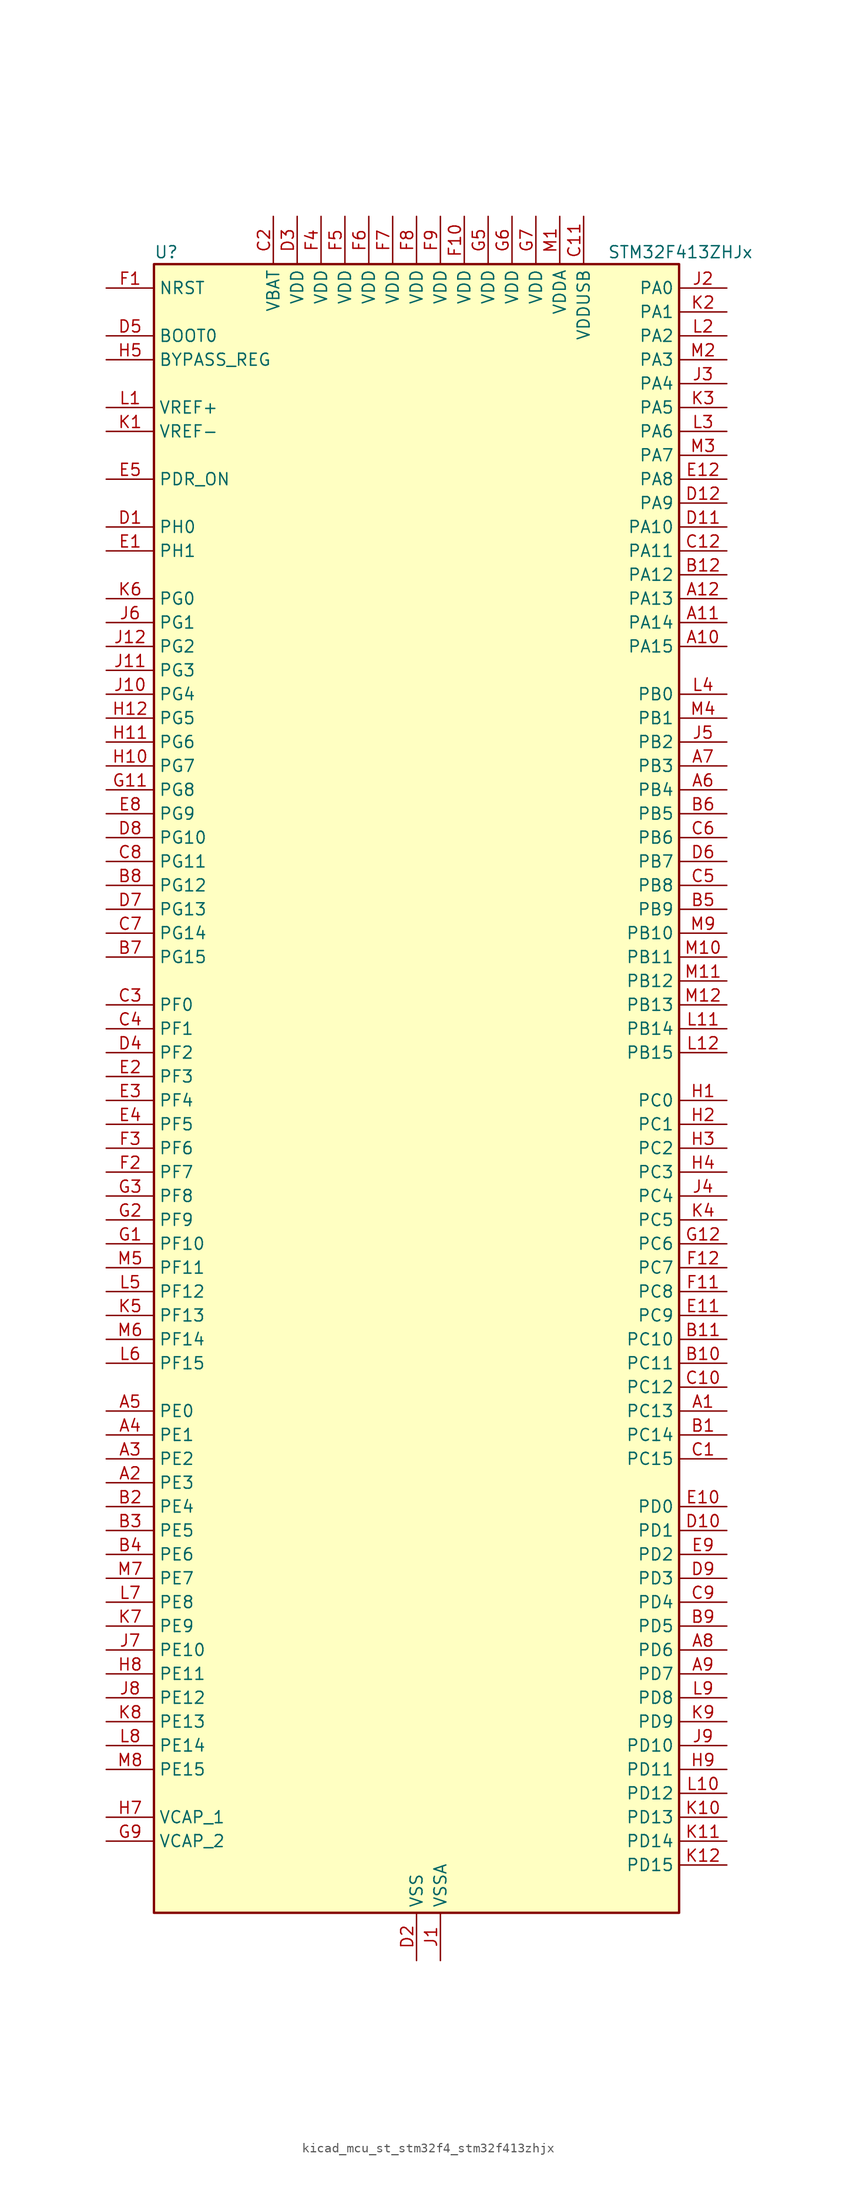
<source format=kicad_sym>
(kicad_symbol_lib
  (version 20220914)
  (generator kicad_symbol_editor)
  (symbol "kicad_mcu_st_stm32f4_stm32f413zhjx"
    (property "Reference" "U"
      (at -27.94 90.17 0)
      (effects (font (size 1.27 1.27)) (justify left)))
    (property "Value" "STM32F413ZHJx"
      (at 20.32 90.17 0)
      (effects (font (size 1.27 1.27)) (justify left)))
    (property "ki_locked" ""
      (at 0 0 0)
      (effects (font (size 1.27 1.27))))
    (symbol "kicad_mcu_st_stm32f4_stm32f413zhjx_0_1"
      (rectangle (start -27.94 -86.36) (end 27.94 88.9) (stroke (width 0.254) (type default)) (fill (type background))))
    (symbol "kicad_mcu_st_stm32f4_stm32f413zhjx_1_1"
      (pin bidirectional line (at 33.02 -33.02 180) (length 5.08) (name "PC13" (effects (font (size 1.27 1.27)))) (number "A1" (effects (font (size 1.27 1.27)))) (alternate "RTC_AF1" bidirectional line))
      (pin bidirectional line (at 33.02 48.26 180) (length 5.08) (name "PA15" (effects (font (size 1.27 1.27)))) (number "A10" (effects (font (size 1.27 1.27)))) (alternate "ADC1_EXTI15" bidirectional line) (alternate "CAN3_TX" bidirectional line) (alternate "I2S1_WS" bidirectional line) (alternate "I2S3_WS" bidirectional line) (alternate "SAI1_MCLK_A" bidirectional line) (alternate "SPI1_NSS" bidirectional line) (alternate "SPI3_NSS" bidirectional line) (alternate "SYS_JTDI" bidirectional line) (alternate "TIM2_CH1" bidirectional line) (alternate "TIM2_ETR" bidirectional line) (alternate "UART7_TX" bidirectional line) (alternate "USART1_TX" bidirectional line))
      (pin bidirectional line (at 33.02 50.8 180) (length 5.08) (name "PA14" (effects (font (size 1.27 1.27)))) (number "A11" (effects (font (size 1.27 1.27)))) (alternate "SYS_JTCK-SWCLK" bidirectional line))
      (pin bidirectional line (at 33.02 53.34 180) (length 5.08) (name "PA13" (effects (font (size 1.27 1.27)))) (number "A12" (effects (font (size 1.27 1.27)))) (alternate "SYS_JTMS-SWDIO" bidirectional line))
      (pin bidirectional line (at -33.02 -40.64 0) (length 5.08) (name "PE3" (effects (font (size 1.27 1.27)))) (number "A2" (effects (font (size 1.27 1.27)))) (alternate "FSMC_A19" bidirectional line) (alternate "SAI1_SD_B" bidirectional line) (alternate "SYS_TRACED0" bidirectional line) (alternate "UART10_TX" bidirectional line))
      (pin bidirectional line (at -33.02 -38.1 0) (length 5.08) (name "PE2" (effects (font (size 1.27 1.27)))) (number "A3" (effects (font (size 1.27 1.27)))) (alternate "FSMC_A23" bidirectional line) (alternate "I2S4_CK" bidirectional line) (alternate "I2S5_CK" bidirectional line) (alternate "QUADSPI_BK1_IO2" bidirectional line) (alternate "SAI1_MCLK_A" bidirectional line) (alternate "SPI4_SCK" bidirectional line) (alternate "SPI5_SCK" bidirectional line) (alternate "SYS_TRACECLK" bidirectional line) (alternate "UART10_RX" bidirectional line))
      (pin bidirectional line (at -33.02 -35.56 0) (length 5.08) (name "PE1" (effects (font (size 1.27 1.27)))) (number "A4" (effects (font (size 1.27 1.27)))) (alternate "DFSDM2_DATIN4" bidirectional line) (alternate "FSMC_NBL1" bidirectional line) (alternate "UART8_TX" bidirectional line))
      (pin bidirectional line (at -33.02 -33.02 0) (length 5.08) (name "PE0" (effects (font (size 1.27 1.27)))) (number "A5" (effects (font (size 1.27 1.27)))) (alternate "DFSDM2_CKIN4" bidirectional line) (alternate "FSMC_NBL0" bidirectional line) (alternate "TIM4_ETR" bidirectional line) (alternate "UART8_RX" bidirectional line))
      (pin bidirectional line (at 33.02 33.02 180) (length 5.08) (name "PB4" (effects (font (size 1.27 1.27)))) (number "A6" (effects (font (size 1.27 1.27)))) (alternate "CAN3_TX" bidirectional line) (alternate "I2C3_SDA" bidirectional line) (alternate "I2S3_ext_SD" bidirectional line) (alternate "SAI1_SCK_A" bidirectional line) (alternate "SDIO_D0" bidirectional line) (alternate "SPI1_MISO" bidirectional line) (alternate "SPI3_MISO" bidirectional line) (alternate "SYS_JTRST" bidirectional line) (alternate "TIM3_CH1" bidirectional line) (alternate "UART7_TX" bidirectional line))
      (pin bidirectional line (at 33.02 35.56 180) (length 5.08) (name "PB3" (effects (font (size 1.27 1.27)))) (number "A7" (effects (font (size 1.27 1.27)))) (alternate "CAN3_RX" bidirectional line) (alternate "FMPI2C1_SDA" bidirectional line) (alternate "I2C2_SDA" bidirectional line) (alternate "I2S1_CK" bidirectional line) (alternate "I2S3_CK" bidirectional line) (alternate "SAI1_SD_A" bidirectional line) (alternate "SPI1_SCK" bidirectional line) (alternate "SPI3_SCK" bidirectional line) (alternate "SYS_JTDO-SWO" bidirectional line) (alternate "TIM2_CH2" bidirectional line) (alternate "UART7_RX" bidirectional line) (alternate "USART1_RX" bidirectional line))
      (pin bidirectional line (at 33.02 -58.42 180) (length 5.08) (name "PD6" (effects (font (size 1.27 1.27)))) (number "A8" (effects (font (size 1.27 1.27)))) (alternate "DFSDM1_DATIN1" bidirectional line) (alternate "FSMC_NWAIT" bidirectional line) (alternate "I2S3_SD" bidirectional line) (alternate "SPI3_MOSI" bidirectional line) (alternate "USART2_RX" bidirectional line))
      (pin bidirectional line (at 33.02 -60.96 180) (length 5.08) (name "PD7" (effects (font (size 1.27 1.27)))) (number "A9" (effects (font (size 1.27 1.27)))) (alternate "DFSDM1_CKIN1" bidirectional line) (alternate "FSMC_NE1" bidirectional line) (alternate "USART2_CK" bidirectional line))
      (pin bidirectional line (at 33.02 -35.56 180) (length 5.08) (name "PC14" (effects (font (size 1.27 1.27)))) (number "B1" (effects (font (size 1.27 1.27)))) (alternate "RCC_OSC32_IN" bidirectional line))
      (pin bidirectional line (at 33.02 -27.94 180) (length 5.08) (name "PC11" (effects (font (size 1.27 1.27)))) (number "B10" (effects (font (size 1.27 1.27)))) (alternate "ADC1_EXTI11" bidirectional line) (alternate "DFSDM2_DATIN5" bidirectional line) (alternate "FSMC_D2" bidirectional line) (alternate "FSMC_DA2" bidirectional line) (alternate "I2S3_ext_SD" bidirectional line) (alternate "QUADSPI_BK2_NCS" bidirectional line) (alternate "SDIO_D3" bidirectional line) (alternate "SPI3_MISO" bidirectional line) (alternate "UART4_RX" bidirectional line) (alternate "USART3_RX" bidirectional line))
      (pin bidirectional line (at 33.02 -25.4 180) (length 5.08) (name "PC10" (effects (font (size 1.27 1.27)))) (number "B11" (effects (font (size 1.27 1.27)))) (alternate "DFSDM2_CKIN5" bidirectional line) (alternate "I2S3_CK" bidirectional line) (alternate "QUADSPI_BK1_IO1" bidirectional line) (alternate "SDIO_D2" bidirectional line) (alternate "SPI3_SCK" bidirectional line) (alternate "USART3_TX" bidirectional line))
      (pin bidirectional line (at 33.02 55.88 180) (length 5.08) (name "PA12" (effects (font (size 1.27 1.27)))) (number "B12" (effects (font (size 1.27 1.27)))) (alternate "CAN1_TX" bidirectional line) (alternate "DFSDM2_DATIN5" bidirectional line) (alternate "SPI2_MISO" bidirectional line) (alternate "SPI5_MISO" bidirectional line) (alternate "TIM1_ETR" bidirectional line) (alternate "UART4_TX" bidirectional line) (alternate "USART1_RTS" bidirectional line) (alternate "USART6_RX" bidirectional line) (alternate "USB_OTG_FS_DP" bidirectional line))
      (pin bidirectional line (at -33.02 -43.18 0) (length 5.08) (name "PE4" (effects (font (size 1.27 1.27)))) (number "B2" (effects (font (size 1.27 1.27)))) (alternate "DFSDM1_DATIN3" bidirectional line) (alternate "FSMC_A20" bidirectional line) (alternate "I2S4_WS" bidirectional line) (alternate "I2S5_WS" bidirectional line) (alternate "SAI1_SD_A" bidirectional line) (alternate "SPI4_NSS" bidirectional line) (alternate "SPI5_NSS" bidirectional line) (alternate "SYS_TRACED1" bidirectional line))
      (pin bidirectional line (at -33.02 -45.72 0) (length 5.08) (name "PE5" (effects (font (size 1.27 1.27)))) (number "B3" (effects (font (size 1.27 1.27)))) (alternate "DFSDM1_CKIN3" bidirectional line) (alternate "FSMC_A21" bidirectional line) (alternate "SAI1_SCK_A" bidirectional line) (alternate "SPI4_MISO" bidirectional line) (alternate "SPI5_MISO" bidirectional line) (alternate "SYS_TRACED2" bidirectional line) (alternate "TIM9_CH1" bidirectional line))
      (pin bidirectional line (at -33.02 -48.26 0) (length 5.08) (name "PE6" (effects (font (size 1.27 1.27)))) (number "B4" (effects (font (size 1.27 1.27)))) (alternate "FSMC_A22" bidirectional line) (alternate "I2S4_SD" bidirectional line) (alternate "I2S5_SD" bidirectional line) (alternate "SAI1_FS_A" bidirectional line) (alternate "SPI4_MOSI" bidirectional line) (alternate "SPI5_MOSI" bidirectional line) (alternate "SYS_TRACED3" bidirectional line) (alternate "TIM9_CH2" bidirectional line))
      (pin bidirectional line (at 33.02 20.32 180) (length 5.08) (name "PB9" (effects (font (size 1.27 1.27)))) (number "B5" (effects (font (size 1.27 1.27)))) (alternate "CAN1_TX" bidirectional line) (alternate "DAC_EXTI9" bidirectional line) (alternate "DFSDM2_DATIN1" bidirectional line) (alternate "I2C1_SDA" bidirectional line) (alternate "I2C2_SDA" bidirectional line) (alternate "I2S2_WS" bidirectional line) (alternate "SDIO_D5" bidirectional line) (alternate "SPI2_NSS" bidirectional line) (alternate "TIM11_CH1" bidirectional line) (alternate "TIM4_CH4" bidirectional line) (alternate "UART5_TX" bidirectional line))
      (pin bidirectional line (at 33.02 30.48 180) (length 5.08) (name "PB5" (effects (font (size 1.27 1.27)))) (number "B6" (effects (font (size 1.27 1.27)))) (alternate "CAN2_RX" bidirectional line) (alternate "I2C1_SMBA" bidirectional line) (alternate "I2S1_SD" bidirectional line) (alternate "I2S3_SD" bidirectional line) (alternate "LPTIM1_IN1" bidirectional line) (alternate "SAI1_FS_A" bidirectional line) (alternate "SDIO_D3" bidirectional line) (alternate "SPI1_MOSI" bidirectional line) (alternate "SPI3_MOSI" bidirectional line) (alternate "TIM3_CH2" bidirectional line) (alternate "UART5_RX" bidirectional line))
      (pin bidirectional line (at -33.02 15.24 0) (length 5.08) (name "PG15" (effects (font (size 1.27 1.27)))) (number "B7" (effects (font (size 1.27 1.27)))) (alternate "ADC1_EXTI15" bidirectional line) (alternate "USART6_CTS" bidirectional line))
      (pin bidirectional line (at -33.02 22.86 0) (length 5.08) (name "PG12" (effects (font (size 1.27 1.27)))) (number "B8" (effects (font (size 1.27 1.27)))) (alternate "CAN2_TX" bidirectional line) (alternate "FSMC_NE4" bidirectional line) (alternate "UART10_TX" bidirectional line) (alternate "USART6_RTS" bidirectional line))
      (pin bidirectional line (at 33.02 -55.88 180) (length 5.08) (name "PD5" (effects (font (size 1.27 1.27)))) (number "B9" (effects (font (size 1.27 1.27)))) (alternate "DFSDM2_CKOUT" bidirectional line) (alternate "FSMC_NWE" bidirectional line) (alternate "USART2_TX" bidirectional line))
      (pin bidirectional line (at 33.02 -38.1 180) (length 5.08) (name "PC15" (effects (font (size 1.27 1.27)))) (number "C1" (effects (font (size 1.27 1.27)))) (alternate "ADC1_EXTI15" bidirectional line) (alternate "RCC_OSC32_OUT" bidirectional line))
      (pin bidirectional line (at 33.02 -30.48 180) (length 5.08) (name "PC12" (effects (font (size 1.27 1.27)))) (number "C10" (effects (font (size 1.27 1.27)))) (alternate "FSMC_D3" bidirectional line) (alternate "FSMC_DA3" bidirectional line) (alternate "I2S3_SD" bidirectional line) (alternate "SDIO_CK" bidirectional line) (alternate "SPI3_MOSI" bidirectional line) (alternate "UART5_TX" bidirectional line) (alternate "USART3_CK" bidirectional line))
      (pin power_in line (at 17.78 93.98 270) (length 5.08) (name "VDDUSB" (effects (font (size 1.27 1.27)))) (number "C11" (effects (font (size 1.27 1.27)))))
      (pin bidirectional line (at 33.02 58.42 180) (length 5.08) (name "PA11" (effects (font (size 1.27 1.27)))) (number "C12" (effects (font (size 1.27 1.27)))) (alternate "ADC1_EXTI11" bidirectional line) (alternate "CAN1_RX" bidirectional line) (alternate "DFSDM2_CKIN5" bidirectional line) (alternate "I2S2_WS" bidirectional line) (alternate "SPI2_NSS" bidirectional line) (alternate "SPI4_MISO" bidirectional line) (alternate "TIM1_CH4" bidirectional line) (alternate "UART4_RX" bidirectional line) (alternate "USART1_CTS" bidirectional line) (alternate "USART6_TX" bidirectional line) (alternate "USB_OTG_FS_DM" bidirectional line))
      (pin power_in line (at -15.24 93.98 270) (length 5.08) (name "VBAT" (effects (font (size 1.27 1.27)))) (number "C2" (effects (font (size 1.27 1.27)))))
      (pin bidirectional line (at -33.02 10.16 0) (length 5.08) (name "PF0" (effects (font (size 1.27 1.27)))) (number "C3" (effects (font (size 1.27 1.27)))) (alternate "FSMC_A0" bidirectional line) (alternate "I2C2_SDA" bidirectional line))
      (pin bidirectional line (at -33.02 7.62 0) (length 5.08) (name "PF1" (effects (font (size 1.27 1.27)))) (number "C4" (effects (font (size 1.27 1.27)))) (alternate "FSMC_A1" bidirectional line) (alternate "I2C2_SCL" bidirectional line))
      (pin bidirectional line (at 33.02 22.86 180) (length 5.08) (name "PB8" (effects (font (size 1.27 1.27)))) (number "C5" (effects (font (size 1.27 1.27)))) (alternate "CAN1_RX" bidirectional line) (alternate "DFSDM2_CKIN1" bidirectional line) (alternate "I2C1_SCL" bidirectional line) (alternate "I2C3_SDA" bidirectional line) (alternate "I2S5_SD" bidirectional line) (alternate "LPTIM1_OUT" bidirectional line) (alternate "SDIO_D4" bidirectional line) (alternate "SPI5_MOSI" bidirectional line) (alternate "TIM10_CH1" bidirectional line) (alternate "TIM4_CH3" bidirectional line) (alternate "UART5_RX" bidirectional line))
      (pin bidirectional line (at 33.02 27.94 180) (length 5.08) (name "PB6" (effects (font (size 1.27 1.27)))) (number "C6" (effects (font (size 1.27 1.27)))) (alternate "CAN2_TX" bidirectional line) (alternate "DFSDM2_CKIN7" bidirectional line) (alternate "I2C1_SCL" bidirectional line) (alternate "LPTIM1_ETR" bidirectional line) (alternate "QUADSPI_BK1_NCS" bidirectional line) (alternate "SDIO_D0" bidirectional line) (alternate "TIM4_CH1" bidirectional line) (alternate "UART5_TX" bidirectional line) (alternate "USART1_TX" bidirectional line))
      (pin bidirectional line (at -33.02 17.78 0) (length 5.08) (name "PG14" (effects (font (size 1.27 1.27)))) (number "C7" (effects (font (size 1.27 1.27)))) (alternate "FSMC_A25" bidirectional line) (alternate "QUADSPI_BK2_IO3" bidirectional line) (alternate "SYS_TRACED3" bidirectional line) (alternate "USART6_TX" bidirectional line))
      (pin bidirectional line (at -33.02 25.4 0) (length 5.08) (name "PG11" (effects (font (size 1.27 1.27)))) (number "C8" (effects (font (size 1.27 1.27)))) (alternate "ADC1_EXTI11" bidirectional line) (alternate "CAN2_RX" bidirectional line) (alternate "UART10_RX" bidirectional line))
      (pin bidirectional line (at 33.02 -53.34 180) (length 5.08) (name "PD4" (effects (font (size 1.27 1.27)))) (number "C9" (effects (font (size 1.27 1.27)))) (alternate "DFSDM1_CKIN0" bidirectional line) (alternate "FSMC_NOE" bidirectional line) (alternate "USART2_RTS" bidirectional line))
      (pin bidirectional line (at -33.02 60.96 0) (length 5.08) (name "PH0" (effects (font (size 1.27 1.27)))) (number "D1" (effects (font (size 1.27 1.27)))) (alternate "RCC_OSC_IN" bidirectional line))
      (pin bidirectional line (at 33.02 -45.72 180) (length 5.08) (name "PD1" (effects (font (size 1.27 1.27)))) (number "D10" (effects (font (size 1.27 1.27)))) (alternate "CAN1_TX" bidirectional line) (alternate "DFSDM2_DATIN6" bidirectional line) (alternate "FSMC_D3" bidirectional line) (alternate "FSMC_DA3" bidirectional line) (alternate "UART4_TX" bidirectional line))
      (pin bidirectional line (at 33.02 60.96 180) (length 5.08) (name "PA10" (effects (font (size 1.27 1.27)))) (number "D11" (effects (font (size 1.27 1.27)))) (alternate "DFSDM2_DATIN3" bidirectional line) (alternate "I2S2_SD" bidirectional line) (alternate "I2S5_SD" bidirectional line) (alternate "SPI2_MOSI" bidirectional line) (alternate "SPI5_MOSI" bidirectional line) (alternate "TIM1_CH3" bidirectional line) (alternate "USART1_RX" bidirectional line) (alternate "USB_OTG_FS_ID" bidirectional line))
      (pin bidirectional line (at 33.02 63.5 180) (length 5.08) (name "PA9" (effects (font (size 1.27 1.27)))) (number "D12" (effects (font (size 1.27 1.27)))) (alternate "DAC_EXTI9" bidirectional line) (alternate "DFSDM2_CKIN3" bidirectional line) (alternate "I2C3_SMBA" bidirectional line) (alternate "I2S2_CK" bidirectional line) (alternate "SDIO_D2" bidirectional line) (alternate "SPI2_SCK" bidirectional line) (alternate "TIM1_CH2" bidirectional line) (alternate "USART1_TX" bidirectional line) (alternate "USB_OTG_FS_VBUS" bidirectional line))
      (pin power_in line (at 0 -91.44 90) (length 5.08) (name "VSS" (effects (font (size 1.27 1.27)))) (number "D2" (effects (font (size 1.27 1.27)))))
      (pin power_in line (at -12.7 93.98 270) (length 5.08) (name "VDD" (effects (font (size 1.27 1.27)))) (number "D3" (effects (font (size 1.27 1.27)))))
      (pin bidirectional line (at -33.02 5.08 0) (length 5.08) (name "PF2" (effects (font (size 1.27 1.27)))) (number "D4" (effects (font (size 1.27 1.27)))) (alternate "FSMC_A2" bidirectional line) (alternate "I2C2_SMBA" bidirectional line))
      (pin input line (at -33.02 81.28 0) (length 5.08) (name "BOOT0" (effects (font (size 1.27 1.27)))) (number "D5" (effects (font (size 1.27 1.27)))))
      (pin bidirectional line (at 33.02 25.4 180) (length 5.08) (name "PB7" (effects (font (size 1.27 1.27)))) (number "D6" (effects (font (size 1.27 1.27)))) (alternate "DFSDM2_DATIN7" bidirectional line) (alternate "FSMC_NL" bidirectional line) (alternate "I2C1_SDA" bidirectional line) (alternate "LPTIM1_IN2" bidirectional line) (alternate "TIM4_CH2" bidirectional line) (alternate "USART1_RX" bidirectional line))
      (pin bidirectional line (at -33.02 20.32 0) (length 5.08) (name "PG13" (effects (font (size 1.27 1.27)))) (number "D7" (effects (font (size 1.27 1.27)))) (alternate "FSMC_A24" bidirectional line) (alternate "SYS_TRACED2" bidirectional line) (alternate "USART6_CTS" bidirectional line))
      (pin bidirectional line (at -33.02 27.94 0) (length 5.08) (name "PG10" (effects (font (size 1.27 1.27)))) (number "D8" (effects (font (size 1.27 1.27)))) (alternate "FSMC_NE3" bidirectional line))
      (pin bidirectional line (at 33.02 -50.8 180) (length 5.08) (name "PD3" (effects (font (size 1.27 1.27)))) (number "D9" (effects (font (size 1.27 1.27)))) (alternate "DFSDM1_DATIN0" bidirectional line) (alternate "FSMC_CLK" bidirectional line) (alternate "I2S2_CK" bidirectional line) (alternate "QUADSPI_CLK" bidirectional line) (alternate "SPI2_SCK" bidirectional line) (alternate "SYS_TRACED1" bidirectional line) (alternate "USART2_CTS" bidirectional line))
      (pin bidirectional line (at -33.02 58.42 0) (length 5.08) (name "PH1" (effects (font (size 1.27 1.27)))) (number "E1" (effects (font (size 1.27 1.27)))) (alternate "RCC_OSC_OUT" bidirectional line))
      (pin bidirectional line (at 33.02 -43.18 180) (length 5.08) (name "PD0" (effects (font (size 1.27 1.27)))) (number "E10" (effects (font (size 1.27 1.27)))) (alternate "CAN1_RX" bidirectional line) (alternate "DFSDM2_CKIN6" bidirectional line) (alternate "FSMC_D2" bidirectional line) (alternate "FSMC_DA2" bidirectional line) (alternate "UART4_RX" bidirectional line))
      (pin bidirectional line (at 33.02 -22.86 180) (length 5.08) (name "PC9" (effects (font (size 1.27 1.27)))) (number "E11" (effects (font (size 1.27 1.27)))) (alternate "DAC_EXTI9" bidirectional line) (alternate "DFSDM2_DATIN3" bidirectional line) (alternate "I2C3_SDA" bidirectional line) (alternate "I2S_CKIN" bidirectional line) (alternate "QUADSPI_BK1_IO0" bidirectional line) (alternate "RCC_MCO_2" bidirectional line) (alternate "SDIO_D1" bidirectional line) (alternate "TIM3_CH4" bidirectional line) (alternate "TIM8_CH4" bidirectional line))
      (pin bidirectional line (at 33.02 66.04 180) (length 5.08) (name "PA8" (effects (font (size 1.27 1.27)))) (number "E12" (effects (font (size 1.27 1.27)))) (alternate "CAN3_RX" bidirectional line) (alternate "DFSDM1_CKOUT" bidirectional line) (alternate "I2C3_SCL" bidirectional line) (alternate "RCC_MCO_1" bidirectional line) (alternate "SDIO_D1" bidirectional line) (alternate "TIM1_CH1" bidirectional line) (alternate "UART7_RX" bidirectional line) (alternate "USART1_CK" bidirectional line) (alternate "USB_OTG_FS_SOF" bidirectional line))
      (pin bidirectional line (at -33.02 2.54 0) (length 5.08) (name "PF3" (effects (font (size 1.27 1.27)))) (number "E2" (effects (font (size 1.27 1.27)))) (alternate "FSMC_A3" bidirectional line) (alternate "TIM5_CH1" bidirectional line))
      (pin bidirectional line (at -33.02 0 0) (length 5.08) (name "PF4" (effects (font (size 1.27 1.27)))) (number "E3" (effects (font (size 1.27 1.27)))) (alternate "FSMC_A4" bidirectional line) (alternate "TIM5_CH2" bidirectional line))
      (pin bidirectional line (at -33.02 -2.54 0) (length 5.08) (name "PF5" (effects (font (size 1.27 1.27)))) (number "E4" (effects (font (size 1.27 1.27)))) (alternate "FSMC_A5" bidirectional line) (alternate "TIM5_CH3" bidirectional line))
      (pin input line (at -33.02 66.04 0) (length 5.08) (name "PDR_ON" (effects (font (size 1.27 1.27)))) (number "E5" (effects (font (size 1.27 1.27)))))
      (pin passive line (at 0 -91.44 90) (length 5.08) hide (name "VSS" (effects (font (size 1.27 1.27)))) (number "E6" (effects (font (size 1.27 1.27)))))
      (pin passive line (at 0 -91.44 90) (length 5.08) hide (name "VSS" (effects (font (size 1.27 1.27)))) (number "E7" (effects (font (size 1.27 1.27)))))
      (pin bidirectional line (at -33.02 30.48 0) (length 5.08) (name "PG9" (effects (font (size 1.27 1.27)))) (number "E8" (effects (font (size 1.27 1.27)))) (alternate "DAC_EXTI9" bidirectional line) (alternate "FSMC_NE2" bidirectional line) (alternate "QUADSPI_BK2_IO2" bidirectional line) (alternate "USART6_RX" bidirectional line))
      (pin bidirectional line (at 33.02 -48.26 180) (length 5.08) (name "PD2" (effects (font (size 1.27 1.27)))) (number "E9" (effects (font (size 1.27 1.27)))) (alternate "DFSDM2_CKOUT" bidirectional line) (alternate "FSMC_NWE" bidirectional line) (alternate "SDIO_CMD" bidirectional line) (alternate "TIM3_ETR" bidirectional line) (alternate "UART5_RX" bidirectional line))
      (pin input line (at -33.02 86.36 0) (length 5.08) (name "NRST" (effects (font (size 1.27 1.27)))) (number "F1" (effects (font (size 1.27 1.27)))))
      (pin power_in line (at 5.08 93.98 270) (length 5.08) (name "VDD" (effects (font (size 1.27 1.27)))) (number "F10" (effects (font (size 1.27 1.27)))))
      (pin bidirectional line (at 33.02 -20.32 180) (length 5.08) (name "PC8" (effects (font (size 1.27 1.27)))) (number "F11" (effects (font (size 1.27 1.27)))) (alternate "DFSDM2_CKIN3" bidirectional line) (alternate "QUADSPI_BK1_IO2" bidirectional line) (alternate "SDIO_D0" bidirectional line) (alternate "TIM3_CH3" bidirectional line) (alternate "TIM8_CH3" bidirectional line) (alternate "USART6_CK" bidirectional line))
      (pin bidirectional line (at 33.02 -17.78 180) (length 5.08) (name "PC7" (effects (font (size 1.27 1.27)))) (number "F12" (effects (font (size 1.27 1.27)))) (alternate "DFSDM1_DATIN3" bidirectional line) (alternate "DFSDM2_CKIN6" bidirectional line) (alternate "FMPI2C1_SDA" bidirectional line) (alternate "I2S2_CK" bidirectional line) (alternate "I2S3_MCK" bidirectional line) (alternate "SDIO_D7" bidirectional line) (alternate "SPI2_SCK" bidirectional line) (alternate "TIM3_CH2" bidirectional line) (alternate "TIM8_CH2" bidirectional line) (alternate "USART6_RX" bidirectional line))
      (pin bidirectional line (at -33.02 -7.62 0) (length 5.08) (name "PF7" (effects (font (size 1.27 1.27)))) (number "F2" (effects (font (size 1.27 1.27)))) (alternate "QUADSPI_BK1_IO2" bidirectional line) (alternate "SAI1_MCLK_B" bidirectional line) (alternate "SYS_TRACED1" bidirectional line) (alternate "TIM11_CH1" bidirectional line) (alternate "UART7_TX" bidirectional line))
      (pin bidirectional line (at -33.02 -5.08 0) (length 5.08) (name "PF6" (effects (font (size 1.27 1.27)))) (number "F3" (effects (font (size 1.27 1.27)))) (alternate "QUADSPI_BK1_IO3" bidirectional line) (alternate "SAI1_SD_B" bidirectional line) (alternate "SYS_TRACED0" bidirectional line) (alternate "TIM10_CH1" bidirectional line) (alternate "UART7_RX" bidirectional line))
      (pin power_in line (at -10.16 93.98 270) (length 5.08) (name "VDD" (effects (font (size 1.27 1.27)))) (number "F4" (effects (font (size 1.27 1.27)))))
      (pin power_in line (at -7.62 93.98 270) (length 5.08) (name "VDD" (effects (font (size 1.27 1.27)))) (number "F5" (effects (font (size 1.27 1.27)))))
      (pin power_in line (at -5.08 93.98 270) (length 5.08) (name "VDD" (effects (font (size 1.27 1.27)))) (number "F6" (effects (font (size 1.27 1.27)))))
      (pin power_in line (at -2.54 93.98 270) (length 5.08) (name "VDD" (effects (font (size 1.27 1.27)))) (number "F7" (effects (font (size 1.27 1.27)))))
      (pin power_in line (at 0 93.98 270) (length 5.08) (name "VDD" (effects (font (size 1.27 1.27)))) (number "F8" (effects (font (size 1.27 1.27)))))
      (pin power_in line (at 2.54 93.98 270) (length 5.08) (name "VDD" (effects (font (size 1.27 1.27)))) (number "F9" (effects (font (size 1.27 1.27)))))
      (pin bidirectional line (at -33.02 -15.24 0) (length 5.08) (name "PF10" (effects (font (size 1.27 1.27)))) (number "G1" (effects (font (size 1.27 1.27)))) (alternate "TIM1_ETR" bidirectional line) (alternate "TIM5_CH4" bidirectional line))
      (pin passive line (at 0 -91.44 90) (length 5.08) hide (name "VSS" (effects (font (size 1.27 1.27)))) (number "G10" (effects (font (size 1.27 1.27)))))
      (pin bidirectional line (at -33.02 33.02 0) (length 5.08) (name "PG8" (effects (font (size 1.27 1.27)))) (number "G11" (effects (font (size 1.27 1.27)))) (alternate "USART6_RTS" bidirectional line))
      (pin bidirectional line (at 33.02 -15.24 180) (length 5.08) (name "PC6" (effects (font (size 1.27 1.27)))) (number "G12" (effects (font (size 1.27 1.27)))) (alternate "DFSDM1_CKIN3" bidirectional line) (alternate "DFSDM2_DATIN6" bidirectional line) (alternate "FMPI2C1_SCL" bidirectional line) (alternate "FSMC_D1" bidirectional line) (alternate "FSMC_DA1" bidirectional line) (alternate "I2S2_MCK" bidirectional line) (alternate "SDIO_D6" bidirectional line) (alternate "TIM3_CH1" bidirectional line) (alternate "TIM8_CH1" bidirectional line) (alternate "USART6_TX" bidirectional line))
      (pin bidirectional line (at -33.02 -12.7 0) (length 5.08) (name "PF9" (effects (font (size 1.27 1.27)))) (number "G2" (effects (font (size 1.27 1.27)))) (alternate "DAC_EXTI9" bidirectional line) (alternate "QUADSPI_BK1_IO1" bidirectional line) (alternate "SAI1_FS_B" bidirectional line) (alternate "TIM14_CH1" bidirectional line) (alternate "UART8_TX" bidirectional line))
      (pin bidirectional line (at -33.02 -10.16 0) (length 5.08) (name "PF8" (effects (font (size 1.27 1.27)))) (number "G3" (effects (font (size 1.27 1.27)))) (alternate "QUADSPI_BK1_IO0" bidirectional line) (alternate "SAI1_SCK_B" bidirectional line) (alternate "TIM13_CH1" bidirectional line) (alternate "UART8_RX" bidirectional line))
      (pin passive line (at 0 -91.44 90) (length 5.08) hide (name "VSS" (effects (font (size 1.27 1.27)))) (number "G4" (effects (font (size 1.27 1.27)))))
      (pin power_in line (at 7.62 93.98 270) (length 5.08) (name "VDD" (effects (font (size 1.27 1.27)))) (number "G5" (effects (font (size 1.27 1.27)))))
      (pin power_in line (at 10.16 93.98 270) (length 5.08) (name "VDD" (effects (font (size 1.27 1.27)))) (number "G6" (effects (font (size 1.27 1.27)))))
      (pin power_in line (at 12.7 93.98 270) (length 5.08) (name "VDD" (effects (font (size 1.27 1.27)))) (number "G7" (effects (font (size 1.27 1.27)))))
      (pin passive line (at 0 -91.44 90) (length 5.08) hide (name "VSS" (effects (font (size 1.27 1.27)))) (number "G8" (effects (font (size 1.27 1.27)))))
      (pin power_out line (at -33.02 -78.74 0) (length 5.08) (name "VCAP_2" (effects (font (size 1.27 1.27)))) (number "G9" (effects (font (size 1.27 1.27)))))
      (pin bidirectional line (at 33.02 0 180) (length 5.08) (name "PC0" (effects (font (size 1.27 1.27)))) (number "H1" (effects (font (size 1.27 1.27)))) (alternate "ADC1_IN10" bidirectional line) (alternate "DFSDM2_CKIN4" bidirectional line) (alternate "LPTIM1_IN1" bidirectional line) (alternate "SAI1_MCLK_B" bidirectional line) (alternate "SYS_WKUP2" bidirectional line))
      (pin bidirectional line (at -33.02 35.56 0) (length 5.08) (name "PG7" (effects (font (size 1.27 1.27)))) (number "H10" (effects (font (size 1.27 1.27)))) (alternate "USART6_CK" bidirectional line))
      (pin bidirectional line (at -33.02 38.1 0) (length 5.08) (name "PG6" (effects (font (size 1.27 1.27)))) (number "H11" (effects (font (size 1.27 1.27)))) (alternate "QUADSPI_BK1_NCS" bidirectional line))
      (pin bidirectional line (at -33.02 40.64 0) (length 5.08) (name "PG5" (effects (font (size 1.27 1.27)))) (number "H12" (effects (font (size 1.27 1.27)))) (alternate "FSMC_A15" bidirectional line))
      (pin bidirectional line (at 33.02 -2.54 180) (length 5.08) (name "PC1" (effects (font (size 1.27 1.27)))) (number "H2" (effects (font (size 1.27 1.27)))) (alternate "ADC1_IN11" bidirectional line) (alternate "DFSDM2_DATIN4" bidirectional line) (alternate "LPTIM1_OUT" bidirectional line) (alternate "SAI1_SD_B" bidirectional line) (alternate "SYS_WKUP3" bidirectional line))
      (pin bidirectional line (at 33.02 -5.08 180) (length 5.08) (name "PC2" (effects (font (size 1.27 1.27)))) (number "H3" (effects (font (size 1.27 1.27)))) (alternate "ADC1_IN12" bidirectional line) (alternate "DFSDM1_CKOUT" bidirectional line) (alternate "DFSDM2_DATIN7" bidirectional line) (alternate "FSMC_NWE" bidirectional line) (alternate "I2S2_ext_SD" bidirectional line) (alternate "LPTIM1_IN2" bidirectional line) (alternate "SAI1_SCK_B" bidirectional line) (alternate "SPI2_MISO" bidirectional line))
      (pin bidirectional line (at 33.02 -7.62 180) (length 5.08) (name "PC3" (effects (font (size 1.27 1.27)))) (number "H4" (effects (font (size 1.27 1.27)))) (alternate "ADC1_IN13" bidirectional line) (alternate "DFSDM2_CKIN7" bidirectional line) (alternate "FSMC_A0" bidirectional line) (alternate "I2S2_SD" bidirectional line) (alternate "LPTIM1_ETR" bidirectional line) (alternate "SAI1_FS_B" bidirectional line) (alternate "SPI2_MOSI" bidirectional line))
      (pin input line (at -33.02 78.74 0) (length 5.08) (name "BYPASS_REG" (effects (font (size 1.27 1.27)))) (number "H5" (effects (font (size 1.27 1.27)))))
      (pin passive line (at 0 -91.44 90) (length 5.08) hide (name "VSS" (effects (font (size 1.27 1.27)))) (number "H6" (effects (font (size 1.27 1.27)))))
      (pin power_out line (at -33.02 -76.2 0) (length 5.08) (name "VCAP_1" (effects (font (size 1.27 1.27)))) (number "H7" (effects (font (size 1.27 1.27)))))
      (pin bidirectional line (at -33.02 -60.96 0) (length 5.08) (name "PE11" (effects (font (size 1.27 1.27)))) (number "H8" (effects (font (size 1.27 1.27)))) (alternate "ADC1_EXTI11" bidirectional line) (alternate "DFSDM2_CKIN0" bidirectional line) (alternate "FSMC_D8" bidirectional line) (alternate "FSMC_DA8" bidirectional line) (alternate "I2S4_WS" bidirectional line) (alternate "I2S5_WS" bidirectional line) (alternate "SPI4_NSS" bidirectional line) (alternate "SPI5_NSS" bidirectional line) (alternate "TIM1_CH2" bidirectional line))
      (pin bidirectional line (at 33.02 -71.12 180) (length 5.08) (name "PD11" (effects (font (size 1.27 1.27)))) (number "H9" (effects (font (size 1.27 1.27)))) (alternate "ADC1_EXTI11" bidirectional line) (alternate "DFSDM2_DATIN2" bidirectional line) (alternate "FMPI2C1_SMBA" bidirectional line) (alternate "FSMC_A16" bidirectional line) (alternate "QUADSPI_BK1_IO0" bidirectional line) (alternate "USART3_CTS" bidirectional line))
      (pin power_in line (at 2.54 -91.44 90) (length 5.08) (name "VSSA" (effects (font (size 1.27 1.27)))) (number "J1" (effects (font (size 1.27 1.27)))))
      (pin bidirectional line (at -33.02 43.18 0) (length 5.08) (name "PG4" (effects (font (size 1.27 1.27)))) (number "J10" (effects (font (size 1.27 1.27)))) (alternate "FSMC_A14" bidirectional line))
      (pin bidirectional line (at -33.02 45.72 0) (length 5.08) (name "PG3" (effects (font (size 1.27 1.27)))) (number "J11" (effects (font (size 1.27 1.27)))) (alternate "FSMC_A13" bidirectional line))
      (pin bidirectional line (at -33.02 48.26 0) (length 5.08) (name "PG2" (effects (font (size 1.27 1.27)))) (number "J12" (effects (font (size 1.27 1.27)))) (alternate "FSMC_A12" bidirectional line))
      (pin bidirectional line (at 33.02 86.36 180) (length 5.08) (name "PA0" (effects (font (size 1.27 1.27)))) (number "J2" (effects (font (size 1.27 1.27)))) (alternate "ADC1_IN0" bidirectional line) (alternate "SYS_WKUP1" bidirectional line) (alternate "TIM2_CH1" bidirectional line) (alternate "TIM2_ETR" bidirectional line) (alternate "TIM5_CH1" bidirectional line) (alternate "TIM8_ETR" bidirectional line) (alternate "UART4_TX" bidirectional line) (alternate "USART2_CTS" bidirectional line))
      (pin bidirectional line (at 33.02 76.2 180) (length 5.08) (name "PA4" (effects (font (size 1.27 1.27)))) (number "J3" (effects (font (size 1.27 1.27)))) (alternate "ADC1_IN4" bidirectional line) (alternate "DAC_OUT1" bidirectional line) (alternate "DFSDM1_DATIN1" bidirectional line) (alternate "FSMC_D6" bidirectional line) (alternate "FSMC_DA6" bidirectional line) (alternate "I2S1_WS" bidirectional line) (alternate "I2S3_WS" bidirectional line) (alternate "SPI1_NSS" bidirectional line) (alternate "SPI3_NSS" bidirectional line) (alternate "USART2_CK" bidirectional line))
      (pin bidirectional line (at 33.02 -10.16 180) (length 5.08) (name "PC4" (effects (font (size 1.27 1.27)))) (number "J4" (effects (font (size 1.27 1.27)))) (alternate "ADC1_IN14" bidirectional line) (alternate "DFSDM2_CKIN2" bidirectional line) (alternate "FSMC_NE4" bidirectional line) (alternate "I2S1_MCK" bidirectional line) (alternate "QUADSPI_BK2_IO2" bidirectional line))
      (pin bidirectional line (at 33.02 38.1 180) (length 5.08) (name "PB2" (effects (font (size 1.27 1.27)))) (number "J5" (effects (font (size 1.27 1.27)))) (alternate "DFSDM1_CKIN0" bidirectional line) (alternate "LPTIM1_OUT" bidirectional line) (alternate "QUADSPI_CLK" bidirectional line))
      (pin bidirectional line (at -33.02 50.8 0) (length 5.08) (name "PG1" (effects (font (size 1.27 1.27)))) (number "J6" (effects (font (size 1.27 1.27)))) (alternate "CAN1_TX" bidirectional line) (alternate "FSMC_A11" bidirectional line) (alternate "UART9_TX" bidirectional line))
      (pin bidirectional line (at -33.02 -58.42 0) (length 5.08) (name "PE10" (effects (font (size 1.27 1.27)))) (number "J7" (effects (font (size 1.27 1.27)))) (alternate "DFSDM2_DATIN0" bidirectional line) (alternate "FSMC_D7" bidirectional line) (alternate "FSMC_DA7" bidirectional line) (alternate "QUADSPI_BK2_IO3" bidirectional line) (alternate "TIM1_CH2N" bidirectional line))
      (pin bidirectional line (at -33.02 -63.5 0) (length 5.08) (name "PE12" (effects (font (size 1.27 1.27)))) (number "J8" (effects (font (size 1.27 1.27)))) (alternate "DFSDM2_DATIN7" bidirectional line) (alternate "FSMC_D9" bidirectional line) (alternate "FSMC_DA9" bidirectional line) (alternate "I2S4_CK" bidirectional line) (alternate "I2S5_CK" bidirectional line) (alternate "SPI4_SCK" bidirectional line) (alternate "SPI5_SCK" bidirectional line) (alternate "TIM1_CH3N" bidirectional line))
      (pin bidirectional line (at 33.02 -68.58 180) (length 5.08) (name "PD10" (effects (font (size 1.27 1.27)))) (number "J9" (effects (font (size 1.27 1.27)))) (alternate "FSMC_D15" bidirectional line) (alternate "FSMC_DA15" bidirectional line) (alternate "UART4_TX" bidirectional line) (alternate "USART3_CK" bidirectional line))
      (pin input line (at -33.02 71.12 0) (length 5.08) (name "VREF-" (effects (font (size 1.27 1.27)))) (number "K1" (effects (font (size 1.27 1.27)))))
      (pin bidirectional line (at 33.02 -76.2 180) (length 5.08) (name "PD13" (effects (font (size 1.27 1.27)))) (number "K10" (effects (font (size 1.27 1.27)))) (alternate "FMPI2C1_SDA" bidirectional line) (alternate "FSMC_A18" bidirectional line) (alternate "QUADSPI_BK1_IO3" bidirectional line) (alternate "TIM4_CH2" bidirectional line))
      (pin bidirectional line (at 33.02 -78.74 180) (length 5.08) (name "PD14" (effects (font (size 1.27 1.27)))) (number "K11" (effects (font (size 1.27 1.27)))) (alternate "DFSDM2_CKIN0" bidirectional line) (alternate "FMPI2C1_SCL" bidirectional line) (alternate "FSMC_D0" bidirectional line) (alternate "FSMC_DA0" bidirectional line) (alternate "TIM4_CH3" bidirectional line) (alternate "UART9_RX" bidirectional line))
      (pin bidirectional line (at 33.02 -81.28 180) (length 5.08) (name "PD15" (effects (font (size 1.27 1.27)))) (number "K12" (effects (font (size 1.27 1.27)))) (alternate "ADC1_EXTI15" bidirectional line) (alternate "DFSDM2_DATIN0" bidirectional line) (alternate "FMPI2C1_SDA" bidirectional line) (alternate "FSMC_D1" bidirectional line) (alternate "FSMC_DA1" bidirectional line) (alternate "TIM4_CH4" bidirectional line) (alternate "UART9_TX" bidirectional line))
      (pin bidirectional line (at 33.02 83.82 180) (length 5.08) (name "PA1" (effects (font (size 1.27 1.27)))) (number "K2" (effects (font (size 1.27 1.27)))) (alternate "ADC1_IN1" bidirectional line) (alternate "I2S4_SD" bidirectional line) (alternate "QUADSPI_BK1_IO3" bidirectional line) (alternate "SPI4_MOSI" bidirectional line) (alternate "TIM2_CH2" bidirectional line) (alternate "TIM5_CH2" bidirectional line) (alternate "UART4_RX" bidirectional line) (alternate "USART2_RTS" bidirectional line))
      (pin bidirectional line (at 33.02 73.66 180) (length 5.08) (name "PA5" (effects (font (size 1.27 1.27)))) (number "K3" (effects (font (size 1.27 1.27)))) (alternate "ADC1_IN5" bidirectional line) (alternate "DAC_OUT2" bidirectional line) (alternate "DFSDM1_CKIN1" bidirectional line) (alternate "FSMC_D7" bidirectional line) (alternate "FSMC_DA7" bidirectional line) (alternate "I2S1_CK" bidirectional line) (alternate "SPI1_SCK" bidirectional line) (alternate "TIM2_CH1" bidirectional line) (alternate "TIM2_ETR" bidirectional line) (alternate "TIM8_CH1N" bidirectional line))
      (pin bidirectional line (at 33.02 -12.7 180) (length 5.08) (name "PC5" (effects (font (size 1.27 1.27)))) (number "K4" (effects (font (size 1.27 1.27)))) (alternate "ADC1_IN15" bidirectional line) (alternate "DFSDM2_DATIN2" bidirectional line) (alternate "FMPI2C1_SMBA" bidirectional line) (alternate "FSMC_NOE" bidirectional line) (alternate "QUADSPI_BK2_IO3" bidirectional line) (alternate "USART3_RX" bidirectional line))
      (pin bidirectional line (at -33.02 -22.86 0) (length 5.08) (name "PF13" (effects (font (size 1.27 1.27)))) (number "K5" (effects (font (size 1.27 1.27)))) (alternate "FMPI2C1_SMBA" bidirectional line) (alternate "FSMC_A7" bidirectional line))
      (pin bidirectional line (at -33.02 53.34 0) (length 5.08) (name "PG0" (effects (font (size 1.27 1.27)))) (number "K6" (effects (font (size 1.27 1.27)))) (alternate "CAN1_RX" bidirectional line) (alternate "FSMC_A10" bidirectional line) (alternate "UART9_RX" bidirectional line))
      (pin bidirectional line (at -33.02 -55.88 0) (length 5.08) (name "PE9" (effects (font (size 1.27 1.27)))) (number "K7" (effects (font (size 1.27 1.27)))) (alternate "DAC_EXTI9" bidirectional line) (alternate "DFSDM1_CKOUT" bidirectional line) (alternate "FSMC_D6" bidirectional line) (alternate "FSMC_DA6" bidirectional line) (alternate "QUADSPI_BK2_IO2" bidirectional line) (alternate "TIM1_CH1" bidirectional line))
      (pin bidirectional line (at -33.02 -66.04 0) (length 5.08) (name "PE13" (effects (font (size 1.27 1.27)))) (number "K8" (effects (font (size 1.27 1.27)))) (alternate "DFSDM2_CKIN7" bidirectional line) (alternate "FSMC_D10" bidirectional line) (alternate "FSMC_DA10" bidirectional line) (alternate "SPI4_MISO" bidirectional line) (alternate "SPI5_MISO" bidirectional line) (alternate "TIM1_CH3" bidirectional line))
      (pin bidirectional line (at 33.02 -66.04 180) (length 5.08) (name "PD9" (effects (font (size 1.27 1.27)))) (number "K9" (effects (font (size 1.27 1.27)))) (alternate "DAC_EXTI9" bidirectional line) (alternate "FSMC_D14" bidirectional line) (alternate "FSMC_DA14" bidirectional line) (alternate "USART3_RX" bidirectional line))
      (pin input line (at -33.02 73.66 0) (length 5.08) (name "VREF+" (effects (font (size 1.27 1.27)))) (number "L1" (effects (font (size 1.27 1.27)))))
      (pin bidirectional line (at 33.02 -73.66 180) (length 5.08) (name "PD12" (effects (font (size 1.27 1.27)))) (number "L10" (effects (font (size 1.27 1.27)))) (alternate "DFSDM2_CKIN2" bidirectional line) (alternate "FMPI2C1_SCL" bidirectional line) (alternate "FSMC_A17" bidirectional line) (alternate "QUADSPI_BK1_IO1" bidirectional line) (alternate "TIM4_CH1" bidirectional line) (alternate "USART3_RTS" bidirectional line))
      (pin bidirectional line (at 33.02 7.62 180) (length 5.08) (name "PB14" (effects (font (size 1.27 1.27)))) (number "L11" (effects (font (size 1.27 1.27)))) (alternate "DFSDM1_DATIN2" bidirectional line) (alternate "FMPI2C1_SDA" bidirectional line) (alternate "FSMC_D0" bidirectional line) (alternate "FSMC_DA0" bidirectional line) (alternate "I2S2_ext_SD" bidirectional line) (alternate "SDIO_D6" bidirectional line) (alternate "SPI2_MISO" bidirectional line) (alternate "TIM12_CH1" bidirectional line) (alternate "TIM1_CH2N" bidirectional line) (alternate "TIM8_CH2N" bidirectional line) (alternate "USART3_RTS" bidirectional line))
      (pin bidirectional line (at 33.02 5.08 180) (length 5.08) (name "PB15" (effects (font (size 1.27 1.27)))) (number "L12" (effects (font (size 1.27 1.27)))) (alternate "ADC1_EXTI15" bidirectional line) (alternate "DFSDM1_CKIN2" bidirectional line) (alternate "FMPI2C1_SCL" bidirectional line) (alternate "I2S2_SD" bidirectional line) (alternate "RTC_REFIN" bidirectional line) (alternate "SDIO_CK" bidirectional line) (alternate "SPI2_MOSI" bidirectional line) (alternate "TIM12_CH2" bidirectional line) (alternate "TIM1_CH3N" bidirectional line) (alternate "TIM8_CH3N" bidirectional line))
      (pin bidirectional line (at 33.02 81.28 180) (length 5.08) (name "PA2" (effects (font (size 1.27 1.27)))) (number "L2" (effects (font (size 1.27 1.27)))) (alternate "ADC1_IN2" bidirectional line) (alternate "FSMC_D4" bidirectional line) (alternate "FSMC_DA4" bidirectional line) (alternate "I2S_CKIN" bidirectional line) (alternate "TIM2_CH3" bidirectional line) (alternate "TIM5_CH3" bidirectional line) (alternate "TIM9_CH1" bidirectional line) (alternate "USART2_TX" bidirectional line))
      (pin bidirectional line (at 33.02 71.12 180) (length 5.08) (name "PA6" (effects (font (size 1.27 1.27)))) (number "L3" (effects (font (size 1.27 1.27)))) (alternate "ADC1_IN6" bidirectional line) (alternate "DFSDM2_CKIN1" bidirectional line) (alternate "I2S2_MCK" bidirectional line) (alternate "QUADSPI_BK2_IO0" bidirectional line) (alternate "SDIO_CMD" bidirectional line) (alternate "SPI1_MISO" bidirectional line) (alternate "TIM13_CH1" bidirectional line) (alternate "TIM1_BKIN" bidirectional line) (alternate "TIM3_CH1" bidirectional line) (alternate "TIM8_BKIN" bidirectional line))
      (pin bidirectional line (at 33.02 43.18 180) (length 5.08) (name "PB0" (effects (font (size 1.27 1.27)))) (number "L4" (effects (font (size 1.27 1.27)))) (alternate "ADC1_IN8" bidirectional line) (alternate "I2S5_CK" bidirectional line) (alternate "SPI5_SCK" bidirectional line) (alternate "TIM1_CH2N" bidirectional line) (alternate "TIM3_CH3" bidirectional line) (alternate "TIM8_CH2N" bidirectional line))
      (pin bidirectional line (at -33.02 -20.32 0) (length 5.08) (name "PF12" (effects (font (size 1.27 1.27)))) (number "L5" (effects (font (size 1.27 1.27)))) (alternate "FSMC_A6" bidirectional line) (alternate "TIM8_BKIN" bidirectional line))
      (pin bidirectional line (at -33.02 -27.94 0) (length 5.08) (name "PF15" (effects (font (size 1.27 1.27)))) (number "L6" (effects (font (size 1.27 1.27)))) (alternate "ADC1_EXTI15" bidirectional line) (alternate "FMPI2C1_SDA" bidirectional line) (alternate "FSMC_A9" bidirectional line))
      (pin bidirectional line (at -33.02 -53.34 0) (length 5.08) (name "PE8" (effects (font (size 1.27 1.27)))) (number "L7" (effects (font (size 1.27 1.27)))) (alternate "DFSDM1_CKIN2" bidirectional line) (alternate "FSMC_D5" bidirectional line) (alternate "FSMC_DA5" bidirectional line) (alternate "QUADSPI_BK2_IO1" bidirectional line) (alternate "TIM1_CH1N" bidirectional line) (alternate "UART7_TX" bidirectional line))
      (pin bidirectional line (at -33.02 -68.58 0) (length 5.08) (name "PE14" (effects (font (size 1.27 1.27)))) (number "L8" (effects (font (size 1.27 1.27)))) (alternate "DFSDM2_DATIN1" bidirectional line) (alternate "FSMC_D11" bidirectional line) (alternate "FSMC_DA11" bidirectional line) (alternate "I2S4_SD" bidirectional line) (alternate "I2S5_SD" bidirectional line) (alternate "SPI4_MOSI" bidirectional line) (alternate "SPI5_MOSI" bidirectional line) (alternate "TIM1_CH4" bidirectional line))
      (pin bidirectional line (at 33.02 -63.5 180) (length 5.08) (name "PD8" (effects (font (size 1.27 1.27)))) (number "L9" (effects (font (size 1.27 1.27)))) (alternate "FSMC_D13" bidirectional line) (alternate "FSMC_DA13" bidirectional line) (alternate "USART3_TX" bidirectional line))
      (pin power_in line (at 15.24 93.98 270) (length 5.08) (name "VDDA" (effects (font (size 1.27 1.27)))) (number "M1" (effects (font (size 1.27 1.27)))))
      (pin bidirectional line (at 33.02 15.24 180) (length 5.08) (name "PB11" (effects (font (size 1.27 1.27)))) (number "M10" (effects (font (size 1.27 1.27)))) (alternate "ADC1_EXTI11" bidirectional line) (alternate "I2C2_SDA" bidirectional line) (alternate "I2S_CKIN" bidirectional line) (alternate "TIM2_CH4" bidirectional line) (alternate "USART3_RX" bidirectional line))
      (pin bidirectional line (at 33.02 12.7 180) (length 5.08) (name "PB12" (effects (font (size 1.27 1.27)))) (number "M11" (effects (font (size 1.27 1.27)))) (alternate "CAN2_RX" bidirectional line) (alternate "DFSDM1_DATIN1" bidirectional line) (alternate "FSMC_D13" bidirectional line) (alternate "FSMC_DA13" bidirectional line) (alternate "I2C2_SMBA" bidirectional line) (alternate "I2S2_WS" bidirectional line) (alternate "I2S3_CK" bidirectional line) (alternate "I2S4_WS" bidirectional line) (alternate "SPI2_NSS" bidirectional line) (alternate "SPI3_SCK" bidirectional line) (alternate "SPI4_NSS" bidirectional line) (alternate "TIM1_BKIN" bidirectional line) (alternate "UART5_RX" bidirectional line) (alternate "USART3_CK" bidirectional line))
      (pin bidirectional line (at 33.02 10.16 180) (length 5.08) (name "PB13" (effects (font (size 1.27 1.27)))) (number "M12" (effects (font (size 1.27 1.27)))) (alternate "CAN2_TX" bidirectional line) (alternate "DFSDM1_CKIN1" bidirectional line) (alternate "FMPI2C1_SMBA" bidirectional line) (alternate "I2S2_CK" bidirectional line) (alternate "I2S4_CK" bidirectional line) (alternate "SPI2_SCK" bidirectional line) (alternate "SPI4_SCK" bidirectional line) (alternate "TIM1_CH1N" bidirectional line) (alternate "UART5_TX" bidirectional line) (alternate "USART3_CTS" bidirectional line))
      (pin bidirectional line (at 33.02 78.74 180) (length 5.08) (name "PA3" (effects (font (size 1.27 1.27)))) (number "M2" (effects (font (size 1.27 1.27)))) (alternate "ADC1_IN3" bidirectional line) (alternate "FSMC_D5" bidirectional line) (alternate "FSMC_DA5" bidirectional line) (alternate "I2S2_MCK" bidirectional line) (alternate "SAI1_SD_B" bidirectional line) (alternate "TIM2_CH4" bidirectional line) (alternate "TIM5_CH4" bidirectional line) (alternate "TIM9_CH2" bidirectional line) (alternate "USART2_RX" bidirectional line))
      (pin bidirectional line (at 33.02 68.58 180) (length 5.08) (name "PA7" (effects (font (size 1.27 1.27)))) (number "M3" (effects (font (size 1.27 1.27)))) (alternate "ADC1_IN7" bidirectional line) (alternate "DFSDM2_DATIN1" bidirectional line) (alternate "I2S1_SD" bidirectional line) (alternate "QUADSPI_BK2_IO1" bidirectional line) (alternate "SPI1_MOSI" bidirectional line) (alternate "TIM14_CH1" bidirectional line) (alternate "TIM1_CH1N" bidirectional line) (alternate "TIM3_CH2" bidirectional line) (alternate "TIM8_CH1N" bidirectional line))
      (pin bidirectional line (at 33.02 40.64 180) (length 5.08) (name "PB1" (effects (font (size 1.27 1.27)))) (number "M4" (effects (font (size 1.27 1.27)))) (alternate "ADC1_IN9" bidirectional line) (alternate "DFSDM1_DATIN0" bidirectional line) (alternate "I2S5_WS" bidirectional line) (alternate "QUADSPI_CLK" bidirectional line) (alternate "SPI5_NSS" bidirectional line) (alternate "TIM1_CH3N" bidirectional line) (alternate "TIM3_CH4" bidirectional line) (alternate "TIM8_CH3N" bidirectional line))
      (pin bidirectional line (at -33.02 -17.78 0) (length 5.08) (name "PF11" (effects (font (size 1.27 1.27)))) (number "M5" (effects (font (size 1.27 1.27)))) (alternate "ADC1_EXTI11" bidirectional line) (alternate "TIM8_ETR" bidirectional line))
      (pin bidirectional line (at -33.02 -25.4 0) (length 5.08) (name "PF14" (effects (font (size 1.27 1.27)))) (number "M6" (effects (font (size 1.27 1.27)))) (alternate "FMPI2C1_SCL" bidirectional line) (alternate "FSMC_A8" bidirectional line))
      (pin bidirectional line (at -33.02 -50.8 0) (length 5.08) (name "PE7" (effects (font (size 1.27 1.27)))) (number "M7" (effects (font (size 1.27 1.27)))) (alternate "DFSDM1_DATIN2" bidirectional line) (alternate "FSMC_D4" bidirectional line) (alternate "FSMC_DA4" bidirectional line) (alternate "QUADSPI_BK2_IO0" bidirectional line) (alternate "TIM1_ETR" bidirectional line) (alternate "UART7_RX" bidirectional line))
      (pin bidirectional line (at -33.02 -71.12 0) (length 5.08) (name "PE15" (effects (font (size 1.27 1.27)))) (number "M8" (effects (font (size 1.27 1.27)))) (alternate "ADC1_EXTI15" bidirectional line) (alternate "DFSDM2_CKIN1" bidirectional line) (alternate "FSMC_D12" bidirectional line) (alternate "FSMC_DA12" bidirectional line) (alternate "TIM1_BKIN" bidirectional line))
      (pin bidirectional line (at 33.02 17.78 180) (length 5.08) (name "PB10" (effects (font (size 1.27 1.27)))) (number "M9" (effects (font (size 1.27 1.27)))) (alternate "DFSDM2_CKOUT" bidirectional line) (alternate "FMPI2C1_SCL" bidirectional line) (alternate "I2C2_SCL" bidirectional line) (alternate "I2S2_CK" bidirectional line) (alternate "I2S3_MCK" bidirectional line) (alternate "SDIO_D7" bidirectional line) (alternate "SPI2_SCK" bidirectional line) (alternate "TIM2_CH3" bidirectional line) (alternate "USART3_TX" bidirectional line)))))
</source>
